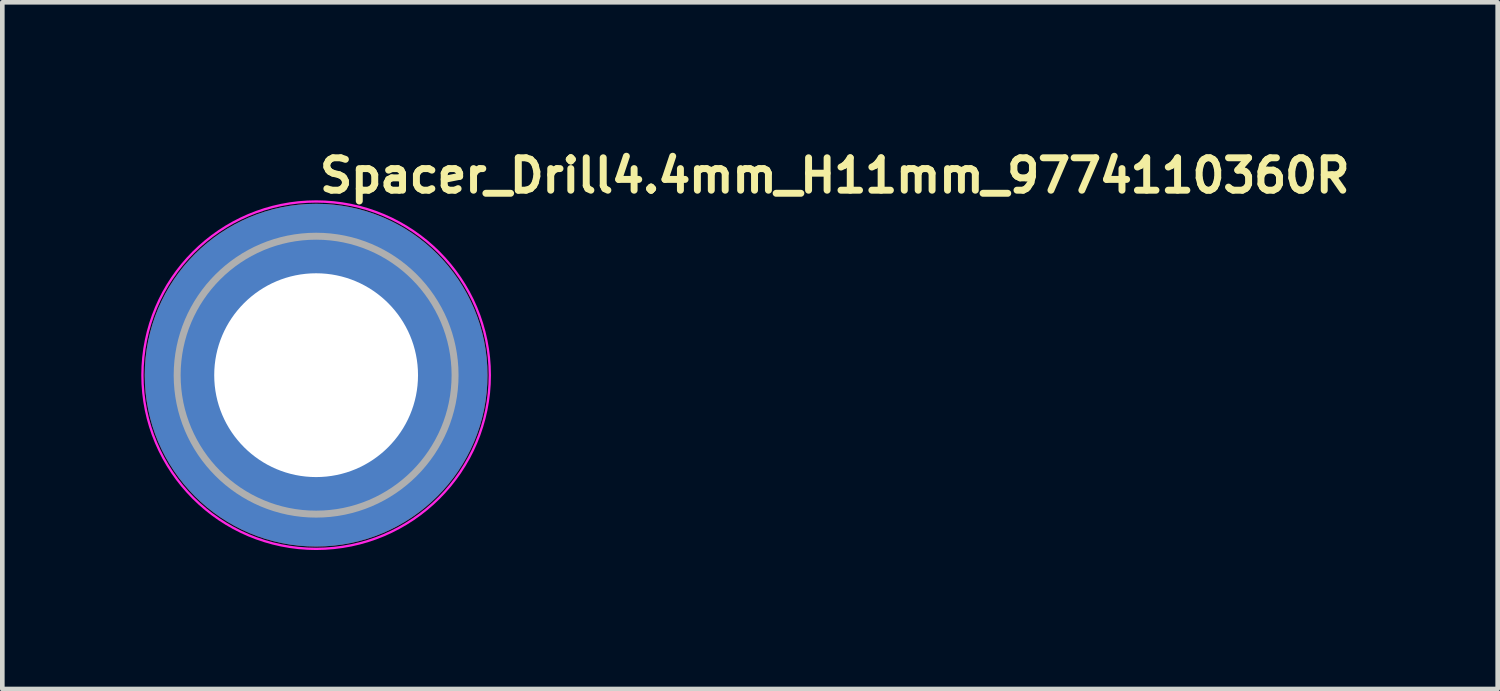
<source format=kicad_pcb>
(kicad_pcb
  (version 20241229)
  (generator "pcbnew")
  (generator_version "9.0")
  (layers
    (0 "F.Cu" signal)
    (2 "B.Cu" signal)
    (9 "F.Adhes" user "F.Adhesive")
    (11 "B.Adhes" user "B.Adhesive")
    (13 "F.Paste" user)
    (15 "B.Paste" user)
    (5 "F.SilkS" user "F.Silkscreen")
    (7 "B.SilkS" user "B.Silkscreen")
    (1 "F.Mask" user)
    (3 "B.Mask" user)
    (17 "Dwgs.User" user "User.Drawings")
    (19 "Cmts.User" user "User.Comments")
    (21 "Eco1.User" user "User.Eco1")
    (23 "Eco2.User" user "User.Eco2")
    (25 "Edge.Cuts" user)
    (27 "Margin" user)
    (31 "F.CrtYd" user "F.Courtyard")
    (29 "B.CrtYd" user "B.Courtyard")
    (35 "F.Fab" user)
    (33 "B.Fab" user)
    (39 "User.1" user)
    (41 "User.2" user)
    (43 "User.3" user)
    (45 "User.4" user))
  (footprint "Spacer_Drill4.4mm_H11mm_9774110360R"
    (layer "F.Cu")
    (at 3.775 5.05)
    (property "Reference" "Spacer_Drill4.4mm_H11mm_9774110360R" (at 0 -3.9 0) (layer "F.SilkS") (effects (font (size 0.7 0.7) (thickness 0.15)) (justify left bottom)))
    (attr smd)
    (fp_circle (center 0 0) (end 3.75 0) (stroke (width 0.05) (type solid)) (fill no) (layer "F.CrtYd"))
    (fp_circle (center 0 0) (end 3 0) (stroke (width 0.15) (type solid)) (fill no) (layer "F.Fab"))
    (fp_rect (start -3 -3) (end 3 3) (stroke (width 0.1) (type solid)) (fill no) (layer "User.5"))
    (fp_line (start -3 0) (end -3 0) (stroke (width 0.02) (type solid)) (layer "User.9"))
    (fp_line (start -3 0) (end -2.996 0.154) (stroke (width 0.02) (type solid)) (layer "User.9"))
    (fp_line (start -2.996 -0.154) (end -3 0) (stroke (width 0.02) (type solid)) (layer "User.9"))
    (fp_line (start -2.996 0.154) (end -2.984 0.306) (stroke (width 0.02) (type solid)) (layer "User.9"))
    (fp_line (start -2.984 -0.306) (end -2.996 -0.154) (stroke (width 0.02) (type solid)) (layer "User.9"))
    (fp_line (start -2.984 0.306) (end -2.965 0.456) (stroke (width 0.02) (type solid)) (layer "User.9"))
    (fp_line (start -2.965 -0.456) (end -2.984 -0.306) (stroke (width 0.02) (type solid)) (layer "User.9"))
    (fp_line (start -2.965 0.456) (end -2.939 0.604) (stroke (width 0.02) (type solid)) (layer "User.9"))
    (fp_line (start -2.939 -0.604) (end -2.965 -0.456) (stroke (width 0.02) (type solid)) (layer "User.9"))
    (fp_line (start -2.939 0.604) (end -2.905 0.749) (stroke (width 0.02) (type solid)) (layer "User.9"))
    (fp_line (start -2.905 -0.749) (end -2.939 -0.604) (stroke (width 0.02) (type solid)) (layer "User.9"))
    (fp_line (start -2.905 0.749) (end -2.865 0.892) (stroke (width 0.02) (type solid)) (layer "User.9"))
    (fp_line (start -2.865 -0.892) (end -2.905 -0.749) (stroke (width 0.02) (type solid)) (layer "User.9"))
    (fp_line (start -2.865 0.892) (end -2.817 1.031) (stroke (width 0.02) (type solid)) (layer "User.9"))
    (fp_line (start -2.817 -1.031) (end -2.865 -0.892) (stroke (width 0.02) (type solid)) (layer "User.9"))
    (fp_line (start -2.817 1.031) (end -2.764 1.167) (stroke (width 0.02) (type solid)) (layer "User.9"))
    (fp_line (start -2.764 -1.167) (end -2.817 -1.031) (stroke (width 0.02) (type solid)) (layer "User.9"))
    (fp_line (start -2.764 1.167) (end -2.704 1.3) (stroke (width 0.02) (type solid)) (layer "User.9"))
    (fp_line (start -2.704 -1.3) (end -2.764 -1.167) (stroke (width 0.02) (type solid)) (layer "User.9"))
    (fp_line (start -2.704 1.3) (end -2.637 1.429) (stroke (width 0.02) (type solid)) (layer "User.9"))
    (fp_line (start -2.637 -1.429) (end -2.704 -1.3) (stroke (width 0.02) (type solid)) (layer "User.9"))
    (fp_line (start -2.637 1.429) (end -2.565 1.555) (stroke (width 0.02) (type solid)) (layer "User.9"))
    (fp_line (start -2.565 -1.555) (end -2.637 -1.429) (stroke (width 0.02) (type solid)) (layer "User.9"))
    (fp_line (start -2.565 1.555) (end -2.487 1.677) (stroke (width 0.02) (type solid)) (layer "User.9"))
    (fp_line (start -2.487 -1.677) (end -2.565 -1.555) (stroke (width 0.02) (type solid)) (layer "User.9"))
    (fp_line (start -2.487 1.677) (end -2.404 1.794) (stroke (width 0.02) (type solid)) (layer "User.9"))
    (fp_line (start -2.404 -1.794) (end -2.487 -1.677) (stroke (width 0.02) (type solid)) (layer "User.9"))
    (fp_line (start -2.404 1.794) (end -2.314 1.908) (stroke (width 0.02) (type solid)) (layer "User.9"))
    (fp_line (start -2.314 -1.908) (end -2.404 -1.794) (stroke (width 0.02) (type solid)) (layer "User.9"))
    (fp_line (start -2.314 1.908) (end -2.22 2.016) (stroke (width 0.02) (type solid)) (layer "User.9"))
    (fp_line (start -2.22 -2.016) (end -2.314 -1.908) (stroke (width 0.02) (type solid)) (layer "User.9"))
    (fp_line (start -2.22 2.016) (end -2.121 2.121) (stroke (width 0.02) (type solid)) (layer "User.9"))
    (fp_line (start -2.121 -2.121) (end -2.22 -2.016) (stroke (width 0.02) (type solid)) (layer "User.9"))
    (fp_line (start -2.121 2.121) (end -2.016 2.22) (stroke (width 0.02) (type solid)) (layer "User.9"))
    (fp_line (start -2.016 -2.22) (end -2.121 -2.121) (stroke (width 0.02) (type solid)) (layer "User.9"))
    (fp_line (start -2.016 2.22) (end -1.908 2.314) (stroke (width 0.02) (type solid)) (layer "User.9"))
    (fp_line (start -1.908 -2.314) (end -2.016 -2.22) (stroke (width 0.02) (type solid)) (layer "User.9"))
    (fp_line (start -1.908 2.314) (end -1.794 2.404) (stroke (width 0.02) (type solid)) (layer "User.9"))
    (fp_line (start -1.794 -2.404) (end -1.908 -2.314) (stroke (width 0.02) (type solid)) (layer "User.9"))
    (fp_line (start -1.794 2.404) (end -1.677 2.487) (stroke (width 0.02) (type solid)) (layer "User.9"))
    (fp_line (start -1.677 -2.487) (end -1.794 -2.404) (stroke (width 0.02) (type solid)) (layer "User.9"))
    (fp_line (start -1.677 2.487) (end -1.555 2.565) (stroke (width 0.02) (type solid)) (layer "User.9"))
    (fp_line (start -1.555 -2.565) (end -1.677 -2.487) (stroke (width 0.02) (type solid)) (layer "User.9"))
    (fp_line (start -1.555 2.565) (end -1.429 2.637) (stroke (width 0.02) (type solid)) (layer "User.9"))
    (fp_line (start -1.429 -2.637) (end -1.555 -2.565) (stroke (width 0.02) (type solid)) (layer "User.9"))
    (fp_line (start -1.429 2.637) (end -1.3 2.704) (stroke (width 0.02) (type solid)) (layer "User.9"))
    (fp_line (start -1.3 -2.704) (end -1.429 -2.637) (stroke (width 0.02) (type solid)) (layer "User.9"))
    (fp_line (start -1.3 2.704) (end -1.167 2.764) (stroke (width 0.02) (type solid)) (layer "User.9"))
    (fp_line (start -1.229 0) (end -1.229 0) (stroke (width 0.02) (type solid)) (layer "User.9"))
    (fp_line (start -1.229 0) (end -1.227 0.063) (stroke (width 0.02) (type solid)) (layer "User.9"))
    (fp_line (start -1.227 -0.063) (end -1.229 0) (stroke (width 0.02) (type solid)) (layer "User.9"))
    (fp_line (start -1.227 0.063) (end -1.223 0.125) (stroke (width 0.02) (type solid)) (layer "User.9"))
    (fp_line (start -1.223 -0.125) (end -1.227 -0.063) (stroke (width 0.02) (type solid)) (layer "User.9"))
    (fp_line (start -1.223 0.125) (end -1.215 0.187) (stroke (width 0.02) (type solid)) (layer "User.9"))
    (fp_line (start -1.215 -0.187) (end -1.223 -0.125) (stroke (width 0.02) (type solid)) (layer "User.9"))
    (fp_line (start -1.215 0.187) (end -1.204 0.247) (stroke (width 0.02) (type solid)) (layer "User.9"))
    (fp_line (start -1.204 -0.247) (end -1.215 -0.187) (stroke (width 0.02) (type solid)) (layer "User.9"))
    (fp_line (start -1.204 0.247) (end -1.19 0.307) (stroke (width 0.02) (type solid)) (layer "User.9"))
    (fp_line (start -1.19 -0.307) (end -1.204 -0.247) (stroke (width 0.02) (type solid)) (layer "User.9"))
    (fp_line (start -1.19 0.307) (end -1.174 0.365) (stroke (width 0.02) (type solid)) (layer "User.9"))
    (fp_line (start -1.174 -0.365) (end -1.19 -0.307) (stroke (width 0.02) (type solid)) (layer "User.9"))
    (fp_line (start -1.174 0.365) (end -1.154 0.422) (stroke (width 0.02) (type solid)) (layer "User.9"))
    (fp_line (start -1.167 -2.764) (end -1.3 -2.704) (stroke (width 0.02) (type solid)) (layer "User.9"))
    (fp_line (start -1.167 2.764) (end -1.031 2.817) (stroke (width 0.02) (type solid)) (layer "User.9"))
    (fp_line (start -1.154 -0.422) (end -1.174 -0.365) (stroke (width 0.02) (type solid)) (layer "User.9"))
    (fp_line (start -1.154 0.422) (end -1.132 0.478) (stroke (width 0.02) (type solid)) (layer "User.9"))
    (fp_line (start -1.132 -0.478) (end -1.154 -0.422) (stroke (width 0.02) (type solid)) (layer "User.9"))
    (fp_line (start -1.132 0.478) (end -1.108 0.533) (stroke (width 0.02) (type solid)) (layer "User.9"))
    (fp_line (start -1.108 -0.533) (end -1.132 -0.478) (stroke (width 0.02) (type solid)) (layer "User.9"))
    (fp_line (start -1.108 0.533) (end -1.081 0.586) (stroke (width 0.02) (type solid)) (layer "User.9"))
    (fp_line (start -1.081 -0.586) (end -1.108 -0.533) (stroke (width 0.02) (type solid)) (layer "User.9"))
    (fp_line (start -1.081 0.586) (end -1.051 0.637) (stroke (width 0.02) (type solid)) (layer "User.9"))
    (fp_line (start -1.051 -0.637) (end -1.081 -0.586) (stroke (width 0.02) (type solid)) (layer "User.9"))
    (fp_line (start -1.051 0.637) (end -1.019 0.687) (stroke (width 0.02) (type solid)) (layer "User.9"))
    (fp_line (start -1.031 -2.817) (end -1.167 -2.764) (stroke (width 0.02) (type solid)) (layer "User.9"))
    (fp_line (start -1.031 2.817) (end -0.892 2.865) (stroke (width 0.02) (type solid)) (layer "User.9"))
    (fp_line (start -1.019 -0.687) (end -1.051 -0.637) (stroke (width 0.02) (type solid)) (layer "User.9"))
    (fp_line (start -1.019 0.687) (end -0.985 0.735) (stroke (width 0.02) (type solid)) (layer "User.9"))
    (fp_line (start -0.985 -0.735) (end -1.019 -0.687) (stroke (width 0.02) (type solid)) (layer "User.9"))
    (fp_line (start -0.985 0.735) (end -0.948 0.782) (stroke (width 0.02) (type solid)) (layer "User.9"))
    (fp_line (start -0.948 -0.782) (end -0.985 -0.735) (stroke (width 0.02) (type solid)) (layer "User.9"))
    (fp_line (start -0.948 0.782) (end -0.91 0.826) (stroke (width 0.02) (type solid)) (layer "User.9"))
    (fp_line (start -0.91 -0.826) (end -0.948 -0.782) (stroke (width 0.02) (type solid)) (layer "User.9"))
    (fp_line (start -0.91 0.826) (end -0.869 0.869) (stroke (width 0.02) (type solid)) (layer "User.9"))
    (fp_line (start -0.892 -2.865) (end -1.031 -2.817) (stroke (width 0.02) (type solid)) (layer "User.9"))
    (fp_line (start -0.892 2.865) (end -0.749 2.905) (stroke (width 0.02) (type solid)) (layer "User.9"))
    (fp_line (start -0.869 -0.869) (end -0.91 -0.826) (stroke (width 0.02) (type solid)) (layer "User.9"))
    (fp_line (start -0.869 0.869) (end -0.826 0.91) (stroke (width 0.02) (type solid)) (layer "User.9"))
    (fp_line (start -0.826 -0.91) (end -0.869 -0.869) (stroke (width 0.02) (type solid)) (layer "User.9"))
    (fp_line (start -0.826 0.91) (end -0.782 0.948) (stroke (width 0.02) (type solid)) (layer "User.9"))
    (fp_line (start -0.782 -0.948) (end -0.826 -0.91) (stroke (width 0.02) (type solid)) (layer "User.9"))
    (fp_line (start -0.782 0.948) (end -0.735 0.985) (stroke (width 0.02) (type solid)) (layer "User.9"))
    (fp_line (start -0.749 -2.905) (end -0.892 -2.865) (stroke (width 0.02) (type solid)) (layer "User.9"))
    (fp_line (start -0.749 2.905) (end -0.604 2.939) (stroke (width 0.02) (type solid)) (layer "User.9"))
    (fp_line (start -0.735 -0.985) (end -0.782 -0.948) (stroke (width 0.02) (type solid)) (layer "User.9"))
    (fp_line (start -0.735 0.985) (end -0.687 1.019) (stroke (width 0.02) (type solid)) (layer "User.9"))
    (fp_line (start -0.687 -1.019) (end -0.735 -0.985) (stroke (width 0.02) (type solid)) (layer "User.9"))
    (fp_line (start -0.687 1.019) (end -0.637 1.051) (stroke (width 0.02) (type solid)) (layer "User.9"))
    (fp_line (start -0.637 -1.051) (end -0.687 -1.019) (stroke (width 0.02) (type solid)) (layer "User.9"))
    (fp_line (start -0.637 1.051) (end -0.586 1.081) (stroke (width 0.02) (type solid)) (layer "User.9"))
    (fp_line (start -0.604 -2.939) (end -0.749 -2.905) (stroke (width 0.02) (type solid)) (layer "User.9"))
    (fp_line (start -0.604 2.939) (end -0.456 2.965) (stroke (width 0.02) (type solid)) (layer "User.9"))
    (fp_line (start -0.586 -1.081) (end -0.637 -1.051) (stroke (width 0.02) (type solid)) (layer "User.9"))
    (fp_line (start -0.586 1.081) (end -0.533 1.108) (stroke (width 0.02) (type solid)) (layer "User.9"))
    (fp_line (start -0.533 -1.108) (end -0.586 -1.081) (stroke (width 0.02) (type solid)) (layer "User.9"))
    (fp_line (start -0.533 1.108) (end -0.478 1.132) (stroke (width 0.02) (type solid)) (layer "User.9"))
    (fp_line (start -0.478 -1.132) (end -0.533 -1.108) (stroke (width 0.02) (type solid)) (layer "User.9"))
    (fp_line (start -0.478 1.132) (end -0.422 1.154) (stroke (width 0.02) (type solid)) (layer "User.9"))
    (fp_line (start -0.456 -2.965) (end -0.604 -2.939) (stroke (width 0.02) (type solid)) (layer "User.9"))
    (fp_line (start -0.456 2.965) (end -0.306 2.984) (stroke (width 0.02) (type solid)) (layer "User.9"))
    (fp_line (start -0.422 -1.154) (end -0.478 -1.132) (stroke (width 0.02) (type solid)) (layer "User.9"))
    (fp_line (start -0.422 1.154) (end -0.365 1.174) (stroke (width 0.02) (type solid)) (layer "User.9"))
    (fp_line (start -0.365 -1.174) (end -0.422 -1.154) (stroke (width 0.02) (type solid)) (layer "User.9"))
    (fp_line (start -0.365 1.174) (end -0.307 1.19) (stroke (width 0.02) (type solid)) (layer "User.9"))
    (fp_line (start -0.307 -1.19) (end -0.365 -1.174) (stroke (width 0.02) (type solid)) (layer "User.9"))
    (fp_line (start -0.307 1.19) (end -0.247 1.204) (stroke (width 0.02) (type solid)) (layer "User.9"))
    (fp_line (start -0.306 -2.984) (end -0.456 -2.965) (stroke (width 0.02) (type solid)) (layer "User.9"))
    (fp_line (start -0.306 2.984) (end -0.154 2.996) (stroke (width 0.02) (type solid)) (layer "User.9"))
    (fp_line (start -0.247 -1.204) (end -0.307 -1.19) (stroke (width 0.02) (type solid)) (layer "User.9"))
    (fp_line (start -0.247 1.204) (end -0.187 1.215) (stroke (width 0.02) (type solid)) (layer "User.9"))
    (fp_line (start -0.187 -1.215) (end -0.247 -1.204) (stroke (width 0.02) (type solid)) (layer "User.9"))
    (fp_line (start -0.187 1.215) (end -0.125 1.223) (stroke (width 0.02) (type solid)) (layer "User.9"))
    (fp_line (start -0.154 -2.996) (end -0.306 -2.984) (stroke (width 0.02) (type solid)) (layer "User.9"))
    (fp_line (start -0.154 2.996) (end 0 3) (stroke (width 0.02) (type solid)) (layer "User.9"))
    (fp_line (start -0.125 -1.223) (end -0.187 -1.215) (stroke (width 0.02) (type solid)) (layer "User.9"))
    (fp_line (start -0.125 1.223) (end -0.063 1.227) (stroke (width 0.02) (type solid)) (layer "User.9"))
    (fp_line (start -0.063 -1.227) (end -0.125 -1.223) (stroke (width 0.02) (type solid)) (layer "User.9"))
    (fp_line (start -0.063 1.227) (end 0 1.229) (stroke (width 0.02) (type solid)) (layer "User.9"))
    (fp_line (start 0 -3) (end -0.154 -2.996) (stroke (width 0.02) (type solid)) (layer "User.9"))
    (fp_line (start 0 -3) (end 0 -3) (stroke (width 0.02) (type solid)) (layer "User.9"))
    (fp_line (start 0 -1.229) (end -0.063 -1.227) (stroke (width 0.02) (type solid)) (layer "User.9"))
    (fp_line (start 0 -1.229) (end 0 -1.229) (stroke (width 0.02) (type solid)) (layer "User.9"))
    (fp_line (start 0 1.229) (end 0 1.229) (stroke (width 0.02) (type solid)) (layer "User.9"))
    (fp_line (start 0 1.229) (end 0.063 1.227) (stroke (width 0.02) (type solid)) (layer "User.9"))
    (fp_line (start 0 3) (end 0 3) (stroke (width 0.02) (type solid)) (layer "User.9"))
    (fp_line (start 0 3) (end 0.154 2.996) (stroke (width 0.02) (type solid)) (layer "User.9"))
    (fp_line (start 0.063 -1.227) (end 0 -1.229) (stroke (width 0.02) (type solid)) (layer "User.9"))
    (fp_line (start 0.063 1.227) (end 0.125 1.223) (stroke (width 0.02) (type solid)) (layer "User.9"))
    (fp_line (start 0.125 -1.223) (end 0.063 -1.227) (stroke (width 0.02) (type solid)) (layer "User.9"))
    (fp_line (start 0.125 1.223) (end 0.187 1.215) (stroke (width 0.02) (type solid)) (layer "User.9"))
    (fp_line (start 0.154 -2.996) (end 0 -3) (stroke (width 0.02) (type solid)) (layer "User.9"))
    (fp_line (start 0.154 2.996) (end 0.306 2.984) (stroke (width 0.02) (type solid)) (layer "User.9"))
    (fp_line (start 0.187 -1.215) (end 0.125 -1.223) (stroke (width 0.02) (type solid)) (layer "User.9"))
    (fp_line (start 0.187 1.215) (end 0.247 1.204) (stroke (width 0.02) (type solid)) (layer "User.9"))
    (fp_line (start 0.247 -1.204) (end 0.187 -1.215) (stroke (width 0.02) (type solid)) (layer "User.9"))
    (fp_line (start 0.247 1.204) (end 0.307 1.19) (stroke (width 0.02) (type solid)) (layer "User.9"))
    (fp_line (start 0.306 -2.984) (end 0.154 -2.996) (stroke (width 0.02) (type solid)) (layer "User.9"))
    (fp_line (start 0.306 2.984) (end 0.456 2.965) (stroke (width 0.02) (type solid)) (layer "User.9"))
    (fp_line (start 0.307 -1.19) (end 0.247 -1.204) (stroke (width 0.02) (type solid)) (layer "User.9"))
    (fp_line (start 0.307 1.19) (end 0.365 1.174) (stroke (width 0.02) (type solid)) (layer "User.9"))
    (fp_line (start 0.365 -1.174) (end 0.307 -1.19) (stroke (width 0.02) (type solid)) (layer "User.9"))
    (fp_line (start 0.365 1.174) (end 0.422 1.154) (stroke (width 0.02) (type solid)) (layer "User.9"))
    (fp_line (start 0.422 -1.154) (end 0.365 -1.174) (stroke (width 0.02) (type solid)) (layer "User.9"))
    (fp_line (start 0.422 1.154) (end 0.478 1.132) (stroke (width 0.02) (type solid)) (layer "User.9"))
    (fp_line (start 0.456 -2.965) (end 0.306 -2.984) (stroke (width 0.02) (type solid)) (layer "User.9"))
    (fp_line (start 0.456 2.965) (end 0.604 2.939) (stroke (width 0.02) (type solid)) (layer "User.9"))
    (fp_line (start 0.478 -1.132) (end 0.422 -1.154) (stroke (width 0.02) (type solid)) (layer "User.9"))
    (fp_line (start 0.478 1.132) (end 0.533 1.108) (stroke (width 0.02) (type solid)) (layer "User.9"))
    (fp_line (start 0.533 -1.108) (end 0.478 -1.132) (stroke (width 0.02) (type solid)) (layer "User.9"))
    (fp_line (start 0.533 1.108) (end 0.586 1.081) (stroke (width 0.02) (type solid)) (layer "User.9"))
    (fp_line (start 0.586 -1.081) (end 0.533 -1.108) (stroke (width 0.02) (type solid)) (layer "User.9"))
    (fp_line (start 0.586 1.081) (end 0.637 1.051) (stroke (width 0.02) (type solid)) (layer "User.9"))
    (fp_line (start 0.604 -2.939) (end 0.456 -2.965) (stroke (width 0.02) (type solid)) (layer "User.9"))
    (fp_line (start 0.604 2.939) (end 0.749 2.905) (stroke (width 0.02) (type solid)) (layer "User.9"))
    (fp_line (start 0.637 -1.051) (end 0.586 -1.081) (stroke (width 0.02) (type solid)) (layer "User.9"))
    (fp_line (start 0.637 1.051) (end 0.687 1.019) (stroke (width 0.02) (type solid)) (layer "User.9"))
    (fp_line (start 0.687 -1.019) (end 0.637 -1.051) (stroke (width 0.02) (type solid)) (layer "User.9"))
    (fp_line (start 0.687 1.019) (end 0.735 0.985) (stroke (width 0.02) (type solid)) (layer "User.9"))
    (fp_line (start 0.735 -0.985) (end 0.687 -1.019) (stroke (width 0.02) (type solid)) (layer "User.9"))
    (fp_line (start 0.735 0.985) (end 0.782 0.948) (stroke (width 0.02) (type solid)) (layer "User.9"))
    (fp_line (start 0.749 -2.905) (end 0.604 -2.939) (stroke (width 0.02) (type solid)) (layer "User.9"))
    (fp_line (start 0.749 2.905) (end 0.892 2.865) (stroke (width 0.02) (type solid)) (layer "User.9"))
    (fp_line (start 0.782 -0.948) (end 0.735 -0.985) (stroke (width 0.02) (type solid)) (layer "User.9"))
    (fp_line (start 0.782 0.948) (end 0.826 0.91) (stroke (width 0.02) (type solid)) (layer "User.9"))
    (fp_line (start 0.826 -0.91) (end 0.782 -0.948) (stroke (width 0.02) (type solid)) (layer "User.9"))
    (fp_line (start 0.826 0.91) (end 0.869 0.869) (stroke (width 0.02) (type solid)) (layer "User.9"))
    (fp_line (start 0.869 -0.869) (end 0.826 -0.91) (stroke (width 0.02) (type solid)) (layer "User.9"))
    (fp_line (start 0.869 0.869) (end 0.91 0.826) (stroke (width 0.02) (type solid)) (layer "User.9"))
    (fp_line (start 0.892 -2.865) (end 0.749 -2.905) (stroke (width 0.02) (type solid)) (layer "User.9"))
    (fp_line (start 0.892 2.865) (end 1.031 2.817) (stroke (width 0.02) (type solid)) (layer "User.9"))
    (fp_line (start 0.91 -0.826) (end 0.869 -0.869) (stroke (width 0.02) (type solid)) (layer "User.9"))
    (fp_line (start 0.91 0.826) (end 0.948 0.782) (stroke (width 0.02) (type solid)) (layer "User.9"))
    (fp_line (start 0.948 -0.782) (end 0.91 -0.826) (stroke (width 0.02) (type solid)) (layer "User.9"))
    (fp_line (start 0.948 0.782) (end 0.985 0.735) (stroke (width 0.02) (type solid)) (layer "User.9"))
    (fp_line (start 0.985 -0.735) (end 0.948 -0.782) (stroke (width 0.02) (type solid)) (layer "User.9"))
    (fp_line (start 0.985 0.735) (end 1.019 0.687) (stroke (width 0.02) (type solid)) (layer "User.9"))
    (fp_line (start 1.019 -0.687) (end 0.985 -0.735) (stroke (width 0.02) (type solid)) (layer "User.9"))
    (fp_line (start 1.019 0.687) (end 1.051 0.637) (stroke (width 0.02) (type solid)) (layer "User.9"))
    (fp_line (start 1.031 -2.817) (end 0.892 -2.865) (stroke (width 0.02) (type solid)) (layer "User.9"))
    (fp_line (start 1.031 2.817) (end 1.167 2.764) (stroke (width 0.02) (type solid)) (layer "User.9"))
    (fp_line (start 1.051 -0.637) (end 1.019 -0.687) (stroke (width 0.02) (type solid)) (layer "User.9"))
    (fp_line (start 1.051 0.637) (end 1.081 0.586) (stroke (width 0.02) (type solid)) (layer "User.9"))
    (fp_line (start 1.081 -0.586) (end 1.051 -0.637) (stroke (width 0.02) (type solid)) (layer "User.9"))
    (fp_line (start 1.081 0.586) (end 1.108 0.533) (stroke (width 0.02) (type solid)) (layer "User.9"))
    (fp_line (start 1.108 -0.533) (end 1.081 -0.586) (stroke (width 0.02) (type solid)) (layer "User.9"))
    (fp_line (start 1.108 0.533) (end 1.132 0.478) (stroke (width 0.02) (type solid)) (layer "User.9"))
    (fp_line (start 1.132 -0.478) (end 1.108 -0.533) (stroke (width 0.02) (type solid)) (layer "User.9"))
    (fp_line (start 1.132 0.478) (end 1.154 0.422) (stroke (width 0.02) (type solid)) (layer "User.9"))
    (fp_line (start 1.154 -0.422) (end 1.132 -0.478) (stroke (width 0.02) (type solid)) (layer "User.9"))
    (fp_line (start 1.154 0.422) (end 1.174 0.365) (stroke (width 0.02) (type solid)) (layer "User.9"))
    (fp_line (start 1.167 -2.764) (end 1.031 -2.817) (stroke (width 0.02) (type solid)) (layer "User.9"))
    (fp_line (start 1.167 2.764) (end 1.3 2.704) (stroke (width 0.02) (type solid)) (layer "User.9"))
    (fp_line (start 1.174 -0.365) (end 1.154 -0.422) (stroke (width 0.02) (type solid)) (layer "User.9"))
    (fp_line (start 1.174 0.365) (end 1.19 0.307) (stroke (width 0.02) (type solid)) (layer "User.9"))
    (fp_line (start 1.19 -0.307) (end 1.174 -0.365) (stroke (width 0.02) (type solid)) (layer "User.9"))
    (fp_line (start 1.19 0.307) (end 1.204 0.247) (stroke (width 0.02) (type solid)) (layer "User.9"))
    (fp_line (start 1.204 -0.247) (end 1.19 -0.307) (stroke (width 0.02) (type solid)) (layer "User.9"))
    (fp_line (start 1.204 0.247) (end 1.215 0.187) (stroke (width 0.02) (type solid)) (layer "User.9"))
    (fp_line (start 1.215 -0.187) (end 1.204 -0.247) (stroke (width 0.02) (type solid)) (layer "User.9"))
    (fp_line (start 1.215 0.187) (end 1.223 0.125) (stroke (width 0.02) (type solid)) (layer "User.9"))
    (fp_line (start 1.223 -0.125) (end 1.215 -0.187) (stroke (width 0.02) (type solid)) (layer "User.9"))
    (fp_line (start 1.223 0.125) (end 1.227 0.063) (stroke (width 0.02) (type solid)) (layer "User.9"))
    (fp_line (start 1.227 -0.063) (end 1.223 -0.125) (stroke (width 0.02) (type solid)) (layer "User.9"))
    (fp_line (start 1.227 0.063) (end 1.229 0) (stroke (width 0.02) (type solid)) (layer "User.9"))
    (fp_line (start 1.229 0) (end 1.227 -0.063) (stroke (width 0.02) (type solid)) (layer "User.9"))
    (fp_line (start 1.229 0) (end 1.229 0) (stroke (width 0.02) (type solid)) (layer "User.9"))
    (fp_line (start 1.229 0) (end 1.229 0) (stroke (width 0.02) (type solid)) (layer "User.9"))
    (fp_line (start 1.3 -2.704) (end 1.167 -2.764) (stroke (width 0.02) (type solid)) (layer "User.9"))
    (fp_line (start 1.3 2.704) (end 1.429 2.637) (stroke (width 0.02) (type solid)) (layer "User.9"))
    (fp_line (start 1.429 -2.637) (end 1.3 -2.704) (stroke (width 0.02) (type solid)) (layer "User.9"))
    (fp_line (start 1.429 2.637) (end 1.555 2.565) (stroke (width 0.02) (type solid)) (layer "User.9"))
    (fp_line (start 1.555 -2.565) (end 1.429 -2.637) (stroke (width 0.02) (type solid)) (layer "User.9"))
    (fp_line (start 1.555 2.565) (end 1.677 2.487) (stroke (width 0.02) (type solid)) (layer "User.9"))
    (fp_line (start 1.677 -2.487) (end 1.555 -2.565) (stroke (width 0.02) (type solid)) (layer "User.9"))
    (fp_line (start 1.677 2.487) (end 1.794 2.404) (stroke (width 0.02) (type solid)) (layer "User.9"))
    (fp_line (start 1.794 -2.404) (end 1.677 -2.487) (stroke (width 0.02) (type solid)) (layer "User.9"))
    (fp_line (start 1.794 2.404) (end 1.908 2.314) (stroke (width 0.02) (type solid)) (layer "User.9"))
    (fp_line (start 1.908 -2.314) (end 1.794 -2.404) (stroke (width 0.02) (type solid)) (layer "User.9"))
    (fp_line (start 1.908 2.314) (end 2.016 2.22) (stroke (width 0.02) (type solid)) (layer "User.9"))
    (fp_line (start 2.016 -2.22) (end 1.908 -2.314) (stroke (width 0.02) (type solid)) (layer "User.9"))
    (fp_line (start 2.016 2.22) (end 2.121 2.121) (stroke (width 0.02) (type solid)) (layer "User.9"))
    (fp_line (start 2.121 -2.121) (end 2.016 -2.22) (stroke (width 0.02) (type solid)) (layer "User.9"))
    (fp_line (start 2.121 2.121) (end 2.22 2.016) (stroke (width 0.02) (type solid)) (layer "User.9"))
    (fp_line (start 2.22 -2.016) (end 2.121 -2.121) (stroke (width 0.02) (type solid)) (layer "User.9"))
    (fp_line (start 2.22 2.016) (end 2.314 1.908) (stroke (width 0.02) (type solid)) (layer "User.9"))
    (fp_line (start 2.314 -1.908) (end 2.22 -2.016) (stroke (width 0.02) (type solid)) (layer "User.9"))
    (fp_line (start 2.314 1.908) (end 2.404 1.794) (stroke (width 0.02) (type solid)) (layer "User.9"))
    (fp_line (start 2.404 -1.794) (end 2.314 -1.908) (stroke (width 0.02) (type solid)) (layer "User.9"))
    (fp_line (start 2.404 1.794) (end 2.487 1.677) (stroke (width 0.02) (type solid)) (layer "User.9"))
    (fp_line (start 2.487 -1.677) (end 2.404 -1.794) (stroke (width 0.02) (type solid)) (layer "User.9"))
    (fp_line (start 2.487 1.677) (end 2.565 1.555) (stroke (width 0.02) (type solid)) (layer "User.9"))
    (fp_line (start 2.565 -1.555) (end 2.487 -1.677) (stroke (width 0.02) (type solid)) (layer "User.9"))
    (fp_line (start 2.565 1.555) (end 2.637 1.429) (stroke (width 0.02) (type solid)) (layer "User.9"))
    (fp_line (start 2.637 -1.429) (end 2.565 -1.555) (stroke (width 0.02) (type solid)) (layer "User.9"))
    (fp_line (start 2.637 1.429) (end 2.704 1.3) (stroke (width 0.02) (type solid)) (layer "User.9"))
    (fp_line (start 2.704 -1.3) (end 2.637 -1.429) (stroke (width 0.02) (type solid)) (layer "User.9"))
    (fp_line (start 2.704 1.3) (end 2.764 1.167) (stroke (width 0.02) (type solid)) (layer "User.9"))
    (fp_line (start 2.764 -1.167) (end 2.704 -1.3) (stroke (width 0.02) (type solid)) (layer "User.9"))
    (fp_line (start 2.764 1.167) (end 2.817 1.031) (stroke (width 0.02) (type solid)) (layer "User.9"))
    (fp_line (start 2.817 -1.031) (end 2.764 -1.167) (stroke (width 0.02) (type solid)) (layer "User.9"))
    (fp_line (start 2.817 1.031) (end 2.865 0.892) (stroke (width 0.02) (type solid)) (layer "User.9"))
    (fp_line (start 2.865 -0.892) (end 2.817 -1.031) (stroke (width 0.02) (type solid)) (layer "User.9"))
    (fp_line (start 2.865 0.892) (end 2.905 0.749) (stroke (width 0.02) (type solid)) (layer "User.9"))
    (fp_line (start 2.905 -0.749) (end 2.865 -0.892) (stroke (width 0.02) (type solid)) (layer "User.9"))
    (fp_line (start 2.905 0.749) (end 2.939 0.604) (stroke (width 0.02) (type solid)) (layer "User.9"))
    (fp_line (start 2.939 -0.604) (end 2.905 -0.749) (stroke (width 0.02) (type solid)) (layer "User.9"))
    (fp_line (start 2.939 0.604) (end 2.965 0.456) (stroke (width 0.02) (type solid)) (layer "User.9"))
    (fp_line (start 2.965 -0.456) (end 2.939 -0.604) (stroke (width 0.02) (type solid)) (layer "User.9"))
    (fp_line (start 2.965 0.456) (end 2.984 0.306) (stroke (width 0.02) (type solid)) (layer "User.9"))
    (fp_line (start 2.984 -0.306) (end 2.965 -0.456) (stroke (width 0.02) (type solid)) (layer "User.9"))
    (fp_line (start 2.984 0.306) (end 2.996 0.154) (stroke (width 0.02) (type solid)) (layer "User.9"))
    (fp_line (start 2.996 -0.154) (end 2.984 -0.306) (stroke (width 0.02) (type solid)) (layer "User.9"))
    (fp_line (start 2.996 0.154) (end 3 0) (stroke (width 0.02) (type solid)) (layer "User.9"))
    (fp_line (start 3 0) (end 2.996 -0.154) (stroke (width 0.02) (type solid)) (layer "User.9"))
    (fp_line (start 3 0) (end 3 0) (stroke (width 0.02) (type solid)) (layer "User.9"))
    (fp_line (start 3 0) (end 3 0) (stroke (width 0.02) (type solid)) (layer "User.9"))
    (pad "" smd custom (at -2.057 -2.057) (size 0.7 0.7) (layers "F.Paste") (options (anchor circle)) (primitives (gr_arc (start -0.377294 1.707681) (mid 0.317578 0.318818) (end 1.705945 -0.377044) (width 0.2)) (gr_arc (start -0.478281 1.707681) (mid 0.244583 0.250396) (end 1.699539 -0.477144) (width 0.2)) (gr_arc (start -0.579192 1.707681) (mid 0.173852 0.179706) (end 1.699475 -0.57809) (width 0.2)) (gr_arc (start -0.680037 1.707681) (mid 0.102165 0.109975) (end 1.696729 -0.678615) (width 0.2)) (gr_arc (start -0.780822 1.707681) (mid 0.029339 0.041389) (end 1.690773 -0.778686) (width 0.2)) (gr_arc (start -0.881554 1.707681) (mid -0.044806 -0.025862) (end 1.681093 -0.878266) (width 0.2)) (gr_arc (start -0.982237 1.707681) (mid -0.109168 -0.10296) (end 1.69896 -0.98122) (width 0.2)) (gr_arc (start -1.082877 1.707681) (mid -0.186153 -0.167362) (end 1.681283 -1.079823) (width 0.2)) (gr_arc (start -1.183476 1.707681) (mid -0.252982 -0.241979) (end 1.692214 -1.181768) (width 0.2)) (gr_arc (start -1.28404 1.707681) (mid -0.321139 -0.315254) (end 1.699406 -1.283161) (width 0.2)) (gr_line (start 1.708 -0.377) (end 1.708 -1.284) (width 0.2)) (gr_line (start -0.377 1.708) (end -1.284 1.708) (width 0.2))))
    (pad "" smd custom (at -2.057 2.057) (size 0.7 0.7) (layers "F.Paste") (options (anchor circle)) (primitives (gr_arc (start 1.707681 0.377294) (mid 0.318818 -0.317578) (end -0.377044 -1.705945) (width 0.2)) (gr_arc (start 1.707681 0.478281) (mid 0.250396 -0.244583) (end -0.477144 -1.699539) (width 0.2)) (gr_arc (start 1.707681 0.579192) (mid 0.179706 -0.173852) (end -0.57809 -1.699475) (width 0.2)) (gr_arc (start 1.707681 0.680037) (mid 0.109975 -0.102165) (end -0.678615 -1.696729) (width 0.2)) (gr_arc (start 1.707681 0.780822) (mid 0.043159 -0.027582) (end -0.778042 -1.685827) (width 0.2)) (gr_arc (start 1.707681 0.881554) (mid -0.025862 0.044806) (end -0.878266 -1.681093) (width 0.2)) (gr_arc (start 1.707681 0.982237) (mid -0.10485 0.107282) (end -0.981842 -1.704264) (width 0.2)) (gr_arc (start 1.707681 1.082877) (mid -0.167362 0.186153) (end -1.079823 -1.681283) (width 0.2)) (gr_arc (start 1.707681 1.183476) (mid -0.241979 0.252982) (end -1.181768 -1.692214) (width 0.2)) (gr_arc (start 1.707681 1.28404) (mid -0.315258 0.321134) (end -1.283164 -1.699417) (width 0.2)) (gr_line (start -0.377 -1.708) (end -1.284 -1.708) (width 0.2)) (gr_line (start 1.708 0.377) (end 1.708 1.284) (width 0.2))))
    (pad "" smd custom (at 2.057 -2.057) (size 0.7 0.7) (layers "F.Paste") (options (anchor circle)) (primitives (gr_arc (start -1.707681 -0.377294) (mid -0.318817 0.317579) (end 0.377044 1.705947) (width 0.2)) (gr_arc (start -1.707681 -0.478281) (mid -0.248815 0.24616) (end 0.477764 1.703961) (width 0.2)) (gr_arc (start -1.707681 -0.579192) (mid -0.187944 0.165676) (end 0.574864 1.676488) (width 0.2)) (gr_arc (start -1.707681 -0.680037) (mid -0.113392 0.098767) (end 0.677337 1.687175) (width 0.2)) (gr_arc (start -1.707681 -0.780822) (mid -0.041389 0.029339) (end 0.778686 1.690773) (width 0.2)) (gr_arc (start -1.707681 -0.881554) (mid 0.024027 -0.046623) (end 0.877605 1.67597) (width 0.2)) (gr_arc (start -1.707681 -0.982237) (mid 0.101066 -0.111055) (end 0.980588 1.693652) (width 0.2)) (gr_arc (start -1.707681 -1.082877) (mid 0.165403 -0.188093) (end 1.079161 1.675809) (width 0.2)) (gr_arc (start -1.707681 -1.183476) (mid 0.243995 -0.250974) (end 1.182402 1.69787) (width 0.2)) (gr_arc (start -1.707681 -1.28404) (mid 0.309022 -0.327336) (end 1.28124 1.681934) (width 0.2)) (gr_line (start 0.377 1.708) (end 1.284 1.708) (width 0.2)) (gr_line (start -1.708 -0.377) (end -1.708 -1.284) (width 0.2))))
    (pad "" smd custom (at 2.057 2.057) (size 0.7 0.7) (layers "F.Paste") (options (anchor circle)) (primitives (gr_arc (start 0.377294 -1.707681) (mid -0.317579 -0.318817) (end -1.705947 0.377044) (width 0.2)) (gr_arc (start 0.478281 -1.707681) (mid -0.24616 -0.248815) (end -1.703961 0.477764) (width 0.2)) (gr_arc (start 0.579192 -1.707681) (mid -0.165676 -0.187944) (end -1.676488 0.574864) (width 0.2)) (gr_arc (start 0.680037 -1.707681) (mid -0.098767 -0.113392) (end -1.687175 0.677337) (width 0.2)) (gr_arc (start 0.780822 -1.707681) (mid -0.029339 -0.041389) (end -1.690773 0.778686) (width 0.2)) (gr_arc (start 0.881554 -1.707681) (mid 0.046623 0.024027) (end -1.67597 0.877605) (width 0.2)) (gr_arc (start 0.982237 -1.707681) (mid 0.111055 0.101066) (end -1.693652 0.980588) (width 0.2)) (gr_arc (start 1.082877 -1.707681) (mid 0.188093 0.165403) (end -1.675809 1.079161) (width 0.2)) (gr_arc (start 1.183476 -1.707681) (mid 0.250974 0.243995) (end -1.69787 1.182402) (width 0.2)) (gr_arc (start 1.28404 -1.707681) (mid 0.327336 0.309022) (end -1.681934 1.28124) (width 0.2)) (gr_line (start -1.708 0.377) (end -1.708 1.284) (width 0.2)) (gr_line (start 0.377 -1.708) (end 1.284 -1.708) (width 0.2))))
    (pad "1" thru_hole circle (at 0 0) (size 7.4 7.4) (drill 4.4) (layers "*.Cu" "F.Mask")))
  (gr_rect
    (start -3 -3)
    (end 29.285 11.825)
    (stroke (width 0.1) (type default))
    (fill no)
    (layer "Edge.Cuts")))
</source>
